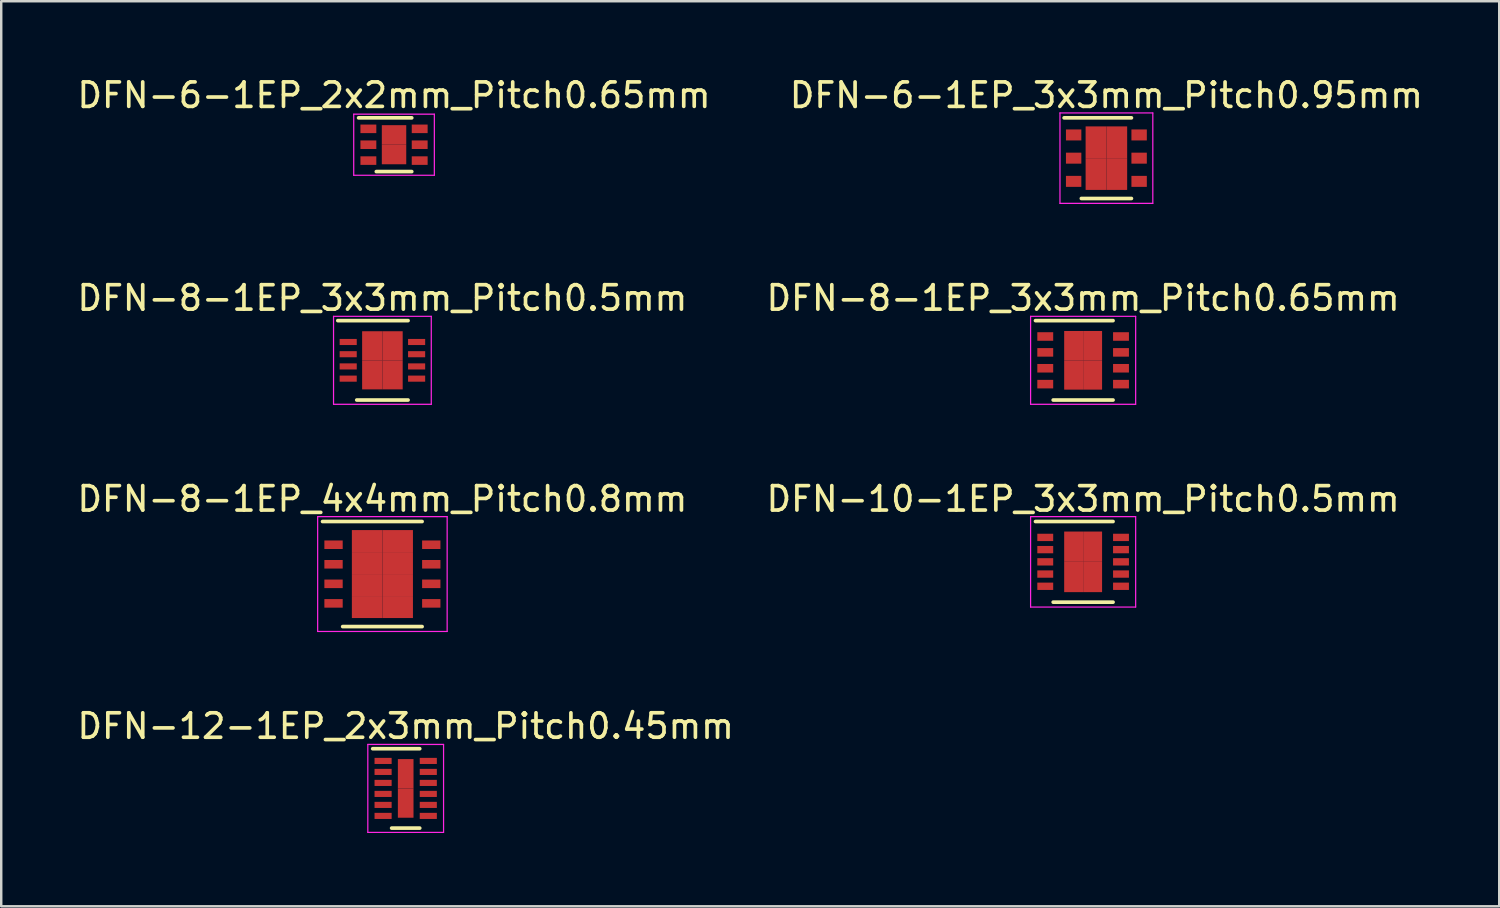
<source format=kicad_pcb>
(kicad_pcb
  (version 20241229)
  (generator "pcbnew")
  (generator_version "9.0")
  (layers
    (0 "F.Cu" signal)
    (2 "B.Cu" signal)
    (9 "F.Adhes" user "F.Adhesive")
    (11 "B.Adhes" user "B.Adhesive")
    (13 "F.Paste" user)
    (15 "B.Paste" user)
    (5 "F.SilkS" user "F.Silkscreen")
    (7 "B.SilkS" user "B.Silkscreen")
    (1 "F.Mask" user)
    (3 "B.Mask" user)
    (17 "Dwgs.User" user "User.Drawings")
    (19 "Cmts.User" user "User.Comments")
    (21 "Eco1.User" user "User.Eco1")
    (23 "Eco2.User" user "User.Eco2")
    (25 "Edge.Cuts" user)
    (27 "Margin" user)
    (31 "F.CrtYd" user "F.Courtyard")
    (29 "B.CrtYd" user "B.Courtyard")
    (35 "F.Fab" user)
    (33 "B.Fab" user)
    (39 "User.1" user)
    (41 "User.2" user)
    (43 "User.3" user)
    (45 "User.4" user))
  (footprint "DFN-8-1EP_4x4mm_Pitch0.8mm"
    (layer "F.Cu")
    (at 12.601 20.445)
    (property "Reference" "DFN-8-1EP_4x4mm_Pitch0.8mm" (at 0 -3.075 0) (layer "F.SilkS") (effects (font (size 1 1) (thickness 0.15))))
    (attr smd)
    (fp_line (start -2.45 -2.15) (end 1.625 -2.15) (stroke (width 0.15) (type solid)) (layer "F.SilkS"))
    (fp_line (start -1.625 2.15) (end 1.625 2.15) (stroke (width 0.15) (type solid)) (layer "F.SilkS"))
    (fp_line (start -2.65 -2.35) (end -2.65 2.35) (stroke (width 0.05) (type solid)) (layer "F.CrtYd"))
    (fp_line (start -2.65 -2.35) (end 2.65 -2.35) (stroke (width 0.05) (type solid)) (layer "F.CrtYd"))
    (fp_line (start -2.65 2.35) (end 2.65 2.35) (stroke (width 0.05) (type solid)) (layer "F.CrtYd"))
    (fp_line (start 2.65 -2.35) (end 2.65 2.35) (stroke (width 0.05) (type solid)) (layer "F.CrtYd"))
    (pad "1" smd rect (at -2 -1.2) (size 0.75 0.35) (layers "F.Cu" "F.Mask" "F.Paste"))
    (pad "2" smd rect (at -2 -0.4) (size 0.75 0.35) (layers "F.Cu" "F.Mask" "F.Paste"))
    (pad "3" smd rect (at -2 0.4) (size 0.75 0.35) (layers "F.Cu" "F.Mask" "F.Paste"))
    (pad "4" smd rect (at -2 1.2) (size 0.75 0.35) (layers "F.Cu" "F.Mask" "F.Paste"))
    (pad "5" smd rect (at 2 1.2) (size 0.75 0.35) (layers "F.Cu" "F.Mask" "F.Paste"))
    (pad "6" smd rect (at 2 0.4) (size 0.75 0.35) (layers "F.Cu" "F.Mask" "F.Paste"))
    (pad "7" smd rect (at 2 -0.4) (size 0.75 0.35) (layers "F.Cu" "F.Mask" "F.Paste"))
    (pad "8" smd rect (at 2 -1.2) (size 0.75 0.35) (layers "F.Cu" "F.Mask" "F.Paste"))
    (pad "9" smd rect (at -0.625 -1.35) (size 1.25 0.9) (layers "F.Cu" "F.Mask" "F.Paste"))
    (pad "9" smd rect (at -0.625 -0.45) (size 1.25 0.9) (layers "F.Cu" "F.Mask" "F.Paste"))
    (pad "9" smd rect (at -0.625 0.45) (size 1.25 0.9) (layers "F.Cu" "F.Mask" "F.Paste"))
    (pad "9" smd rect (at -0.625 1.35) (size 1.25 0.9) (layers "F.Cu" "F.Mask" "F.Paste"))
    (pad "9" smd rect (at 0.625 -1.35) (size 1.25 0.9) (layers "F.Cu" "F.Mask" "F.Paste"))
    (pad "9" smd rect (at 0.625 -0.45) (size 1.25 0.9) (layers "F.Cu" "F.Mask" "F.Paste"))
    (pad "9" smd rect (at 0.625 0.45) (size 1.25 0.9) (layers "F.Cu" "F.Mask" "F.Paste"))
    (pad "9" smd rect (at 0.625 1.35) (size 1.25 0.9) (layers "F.Cu" "F.Mask" "F.Paste")))
  (footprint "DFN-12-1EP_2x3mm_Pitch0.45mm"
    (layer "F.Cu")
    (at 13.554 29.218)
    (property "Reference" "DFN-12-1EP_2x3mm_Pitch0.45mm" (at 0 -2.55 0) (layer "F.SilkS") (effects (font (size 1 1) (thickness 0.15))))
    (attr smd)
    (fp_line (start -1.35 -1.625) (end 0.575 -1.625) (stroke (width 0.15) (type solid)) (layer "F.SilkS"))
    (fp_line (start -0.575 1.625) (end 0.575 1.625) (stroke (width 0.15) (type solid)) (layer "F.SilkS"))
    (fp_line (start -1.55 -1.8) (end -1.55 1.8) (stroke (width 0.05) (type solid)) (layer "F.CrtYd"))
    (fp_line (start -1.55 -1.8) (end 1.55 -1.8) (stroke (width 0.05) (type solid)) (layer "F.CrtYd"))
    (fp_line (start -1.55 1.8) (end 1.55 1.8) (stroke (width 0.05) (type solid)) (layer "F.CrtYd"))
    (fp_line (start 1.55 -1.8) (end 1.55 1.8) (stroke (width 0.05) (type solid)) (layer "F.CrtYd"))
    (pad "1" smd rect (at -0.925 -1.125) (size 0.7 0.25) (layers "F.Cu" "F.Mask" "F.Paste"))
    (pad "2" smd rect (at -0.925 -0.675) (size 0.7 0.25) (layers "F.Cu" "F.Mask" "F.Paste"))
    (pad "3" smd rect (at -0.925 -0.225) (size 0.7 0.25) (layers "F.Cu" "F.Mask" "F.Paste"))
    (pad "4" smd rect (at -0.925 0.225) (size 0.7 0.25) (layers "F.Cu" "F.Mask" "F.Paste"))
    (pad "5" smd rect (at -0.925 0.675) (size 0.7 0.25) (layers "F.Cu" "F.Mask" "F.Paste"))
    (pad "6" smd rect (at -0.925 1.125) (size 0.7 0.25) (layers "F.Cu" "F.Mask" "F.Paste"))
    (pad "7" smd rect (at 0.925 1.125) (size 0.7 0.25) (layers "F.Cu" "F.Mask" "F.Paste"))
    (pad "8" smd rect (at 0.925 0.675) (size 0.7 0.25) (layers "F.Cu" "F.Mask" "F.Paste"))
    (pad "9" smd rect (at 0.925 0.225) (size 0.7 0.25) (layers "F.Cu" "F.Mask" "F.Paste"))
    (pad "10" smd rect (at 0.925 -0.225) (size 0.7 0.25) (layers "F.Cu" "F.Mask" "F.Paste"))
    (pad "11" smd rect (at 0.925 -0.675) (size 0.7 0.25) (layers "F.Cu" "F.Mask" "F.Paste"))
    (pad "12" smd rect (at 0.925 -1.125) (size 0.7 0.25) (layers "F.Cu" "F.Mask" "F.Paste"))
    (pad "13" smd rect (at 0 -0.6) (size 0.64 1.2) (layers "F.Cu" "F.Mask" "F.Paste"))
    (pad "13" smd rect (at 0 0.6) (size 0.64 1.2) (layers "F.Cu" "F.Mask" "F.Paste")))
  (footprint "DFN-8-1EP_3x3mm_Pitch0.5mm"
    (layer "F.Cu")
    (at 12.601 11.697)
    (property "Reference" "DFN-8-1EP_3x3mm_Pitch0.5mm" (at 0 -2.55 0) (layer "F.SilkS") (effects (font (size 1 1) (thickness 0.15))))
    (attr smd)
    (fp_line (start -1.825 -1.625) (end 1.05 -1.625) (stroke (width 0.15) (type solid)) (layer "F.SilkS"))
    (fp_line (start -1.05 1.625) (end 1.05 1.625) (stroke (width 0.15) (type solid)) (layer "F.SilkS"))
    (fp_line (start -2 -1.8) (end -2 1.8) (stroke (width 0.05) (type solid)) (layer "F.CrtYd"))
    (fp_line (start -2 -1.8) (end 2 -1.8) (stroke (width 0.05) (type solid)) (layer "F.CrtYd"))
    (fp_line (start -2 1.8) (end 2 1.8) (stroke (width 0.05) (type solid)) (layer "F.CrtYd"))
    (fp_line (start 2 -1.8) (end 2 1.8) (stroke (width 0.05) (type solid)) (layer "F.CrtYd"))
    (pad "1" smd rect (at -1.4 -0.75) (size 0.7 0.25) (layers "F.Cu" "F.Mask" "F.Paste"))
    (pad "2" smd rect (at -1.4 -0.25) (size 0.7 0.25) (layers "F.Cu" "F.Mask" "F.Paste"))
    (pad "3" smd rect (at -1.4 0.25) (size 0.7 0.25) (layers "F.Cu" "F.Mask" "F.Paste"))
    (pad "4" smd rect (at -1.4 0.75) (size 0.7 0.25) (layers "F.Cu" "F.Mask" "F.Paste"))
    (pad "5" smd rect (at 1.4 0.75) (size 0.7 0.25) (layers "F.Cu" "F.Mask" "F.Paste"))
    (pad "6" smd rect (at 1.4 0.25) (size 0.7 0.25) (layers "F.Cu" "F.Mask" "F.Paste"))
    (pad "7" smd rect (at 1.4 -0.25) (size 0.7 0.25) (layers "F.Cu" "F.Mask" "F.Paste"))
    (pad "8" smd rect (at 1.4 -0.75) (size 0.7 0.25) (layers "F.Cu" "F.Mask" "F.Paste"))
    (pad "9" smd rect (at -0.415 -0.595) (size 0.83 1.19) (layers "F.Cu" "F.Mask" "F.Paste"))
    (pad "9" smd rect (at -0.415 0.595) (size 0.83 1.19) (layers "F.Cu" "F.Mask" "F.Paste"))
    (pad "9" smd rect (at 0.415 -0.595) (size 0.83 1.19) (layers "F.Cu" "F.Mask" "F.Paste"))
    (pad "9" smd rect (at 0.415 0.595) (size 0.83 1.19) (layers "F.Cu" "F.Mask" "F.Paste")))
  (footprint "DFN-10-1EP_3x3mm_Pitch0.5mm"
    (layer "F.Cu")
    (at 41.28 19.945)
    (property "Reference" "DFN-10-1EP_3x3mm_Pitch0.5mm" (at 0 -2.575 0) (layer "F.SilkS") (effects (font (size 1 1) (thickness 0.15))))
    (attr smd)
    (fp_line (start -1.95 -1.65) (end 1.225 -1.65) (stroke (width 0.15) (type solid)) (layer "F.SilkS"))
    (fp_line (start -1.225 1.65) (end 1.225 1.65) (stroke (width 0.15) (type solid)) (layer "F.SilkS"))
    (fp_line (start -2.15 -1.85) (end -2.15 1.85) (stroke (width 0.05) (type solid)) (layer "F.CrtYd"))
    (fp_line (start -2.15 -1.85) (end 2.15 -1.85) (stroke (width 0.05) (type solid)) (layer "F.CrtYd"))
    (fp_line (start -2.15 1.85) (end 2.15 1.85) (stroke (width 0.05) (type solid)) (layer "F.CrtYd"))
    (fp_line (start 2.15 -1.85) (end 2.15 1.85) (stroke (width 0.05) (type solid)) (layer "F.CrtYd"))
    (pad "1" smd rect (at -1.55 -1) (size 0.65 0.3) (layers "F.Cu" "F.Mask" "F.Paste"))
    (pad "2" smd rect (at -1.55 -0.5) (size 0.65 0.3) (layers "F.Cu" "F.Mask" "F.Paste"))
    (pad "3" smd rect (at -1.55 0) (size 0.65 0.3) (layers "F.Cu" "F.Mask" "F.Paste"))
    (pad "4" smd rect (at -1.55 0.5) (size 0.65 0.3) (layers "F.Cu" "F.Mask" "F.Paste"))
    (pad "5" smd rect (at -1.55 1) (size 0.65 0.3) (layers "F.Cu" "F.Mask" "F.Paste"))
    (pad "6" smd rect (at 1.55 1) (size 0.65 0.3) (layers "F.Cu" "F.Mask" "F.Paste"))
    (pad "7" smd rect (at 1.55 0.5) (size 0.65 0.3) (layers "F.Cu" "F.Mask" "F.Paste"))
    (pad "8" smd rect (at 1.55 0) (size 0.65 0.3) (layers "F.Cu" "F.Mask" "F.Paste"))
    (pad "9" smd rect (at 1.55 -0.5) (size 0.65 0.3) (layers "F.Cu" "F.Mask" "F.Paste"))
    (pad "10" smd rect (at 1.55 -1) (size 0.65 0.3) (layers "F.Cu" "F.Mask" "F.Paste"))
    (pad "11" smd rect (at -0.388 -0.62) (size 0.775 1.24) (layers "F.Cu" "F.Mask" "F.Paste"))
    (pad "11" smd rect (at -0.388 0.62) (size 0.775 1.24) (layers "F.Cu" "F.Mask" "F.Paste"))
    (pad "11" smd rect (at 0.388 -0.62) (size 0.775 1.24) (layers "F.Cu" "F.Mask" "F.Paste"))
    (pad "11" smd rect (at 0.388 0.62) (size 0.775 1.24) (layers "F.Cu" "F.Mask" "F.Paste")))
  (footprint "DFN-6-1EP_2x2mm_Pitch0.65mm"
    (layer "F.Cu")
    (at 13.077 2.873)
    (property "Reference" "DFN-6-1EP_2x2mm_Pitch0.65mm" (at 0 -2.025 0) (layer "F.SilkS") (effects (font (size 1 1) (thickness 0.15))))
    (attr smd)
    (fp_line (start -1.45 -1.1) (end 0.725 -1.1) (stroke (width 0.15) (type solid)) (layer "F.SilkS"))
    (fp_line (start -0.725 1.1) (end 0.725 1.1) (stroke (width 0.15) (type solid)) (layer "F.SilkS"))
    (fp_line (start -1.65 -1.25) (end -1.65 1.25) (stroke (width 0.05) (type solid)) (layer "F.CrtYd"))
    (fp_line (start -1.65 -1.25) (end 1.65 -1.25) (stroke (width 0.05) (type solid)) (layer "F.CrtYd"))
    (fp_line (start -1.65 1.25) (end 1.65 1.25) (stroke (width 0.05) (type solid)) (layer "F.CrtYd"))
    (fp_line (start 1.65 -1.25) (end 1.65 1.25) (stroke (width 0.05) (type solid)) (layer "F.CrtYd"))
    (pad "1" smd rect (at -1.05 -0.65) (size 0.65 0.35) (layers "F.Cu" "F.Mask" "F.Paste"))
    (pad "2" smd rect (at -1.05 0) (size 0.65 0.35) (layers "F.Cu" "F.Mask" "F.Paste"))
    (pad "3" smd rect (at -1.05 0.65) (size 0.65 0.35) (layers "F.Cu" "F.Mask" "F.Paste"))
    (pad "4" smd rect (at 1.05 0.65) (size 0.65 0.35) (layers "F.Cu" "F.Mask" "F.Paste"))
    (pad "5" smd rect (at 1.05 0) (size 0.65 0.35) (layers "F.Cu" "F.Mask" "F.Paste"))
    (pad "6" smd rect (at 1.05 -0.65) (size 0.65 0.35) (layers "F.Cu" "F.Mask" "F.Paste"))
    (pad "7" smd rect (at 0 -0.4) (size 1 0.8) (layers "F.Cu" "F.Mask" "F.Paste"))
    (pad "7" smd rect (at 0 0.4) (size 1 0.8) (layers "F.Cu" "F.Mask" "F.Paste")))
  (footprint "DFN-6-1EP_3x3mm_Pitch0.95mm"
    (layer "F.Cu")
    (at 42.232 3.423)
    (property "Reference" "DFN-6-1EP_3x3mm_Pitch0.95mm" (at 0 -2.575 0) (layer "F.SilkS") (effects (font (size 1 1) (thickness 0.15))))
    (attr smd)
    (fp_line (start -1.73 -1.65) (end 1.025 -1.65) (stroke (width 0.15) (type solid)) (layer "F.SilkS"))
    (fp_line (start -1.025 1.65) (end 1.025 1.65) (stroke (width 0.15) (type solid)) (layer "F.SilkS"))
    (fp_line (start -1.9 -1.85) (end -1.9 1.85) (stroke (width 0.05) (type solid)) (layer "F.CrtYd"))
    (fp_line (start -1.9 -1.85) (end 1.9 -1.85) (stroke (width 0.05) (type solid)) (layer "F.CrtYd"))
    (fp_line (start -1.9 1.85) (end 1.9 1.85) (stroke (width 0.05) (type solid)) (layer "F.CrtYd"))
    (fp_line (start 1.9 -1.85) (end 1.9 1.85) (stroke (width 0.05) (type solid)) (layer "F.CrtYd"))
    (pad "1" smd rect (at -1.34 -0.95) (size 0.63 0.45) (layers "F.Cu" "F.Mask" "F.Paste"))
    (pad "2" smd rect (at -1.34 0) (size 0.63 0.45) (layers "F.Cu" "F.Mask" "F.Paste"))
    (pad "3" smd rect (at -1.34 0.95) (size 0.63 0.45) (layers "F.Cu" "F.Mask" "F.Paste"))
    (pad "4" smd rect (at 1.34 0.95) (size 0.63 0.45) (layers "F.Cu" "F.Mask" "F.Paste"))
    (pad "5" smd rect (at 1.34 0) (size 0.63 0.45) (layers "F.Cu" "F.Mask" "F.Paste"))
    (pad "6" smd rect (at 1.34 -0.95) (size 0.63 0.45) (layers "F.Cu" "F.Mask" "F.Paste"))
    (pad "7" smd rect (at -0.425 -0.65) (size 0.85 1.3) (layers "F.Cu" "F.Mask" "F.Paste"))
    (pad "7" smd rect (at -0.425 0.65) (size 0.85 1.3) (layers "F.Cu" "F.Mask" "F.Paste"))
    (pad "7" smd rect (at 0.425 -0.65) (size 0.85 1.3) (layers "F.Cu" "F.Mask" "F.Paste"))
    (pad "7" smd rect (at 0.425 0.65) (size 0.85 1.3) (layers "F.Cu" "F.Mask" "F.Paste")))
  (footprint "DFN-8-1EP_3x3mm_Pitch0.65mm"
    (layer "F.Cu")
    (at 41.28 11.697)
    (property "Reference" "DFN-8-1EP_3x3mm_Pitch0.65mm" (at 0 -2.55 0) (layer "F.SilkS") (effects (font (size 1 1) (thickness 0.15))))
    (attr smd)
    (fp_line (start -1.95 -1.625) (end 1.225 -1.625) (stroke (width 0.15) (type solid)) (layer "F.SilkS"))
    (fp_line (start -1.225 1.625) (end 1.225 1.625) (stroke (width 0.15) (type solid)) (layer "F.SilkS"))
    (fp_line (start -2.15 -1.8) (end -2.15 1.8) (stroke (width 0.05) (type solid)) (layer "F.CrtYd"))
    (fp_line (start -2.15 -1.8) (end 2.15 -1.8) (stroke (width 0.05) (type solid)) (layer "F.CrtYd"))
    (fp_line (start -2.15 1.8) (end 2.15 1.8) (stroke (width 0.05) (type solid)) (layer "F.CrtYd"))
    (fp_line (start 2.15 -1.8) (end 2.15 1.8) (stroke (width 0.05) (type solid)) (layer "F.CrtYd"))
    (pad "1" smd rect (at -1.55 -0.975) (size 0.65 0.35) (layers "F.Cu" "F.Mask" "F.Paste"))
    (pad "2" smd rect (at -1.55 -0.325) (size 0.65 0.35) (layers "F.Cu" "F.Mask" "F.Paste"))
    (pad "3" smd rect (at -1.55 0.325) (size 0.65 0.35) (layers "F.Cu" "F.Mask" "F.Paste"))
    (pad "4" smd rect (at -1.55 0.975) (size 0.65 0.35) (layers "F.Cu" "F.Mask" "F.Paste"))
    (pad "5" smd rect (at 1.55 0.975) (size 0.65 0.35) (layers "F.Cu" "F.Mask" "F.Paste"))
    (pad "6" smd rect (at 1.55 0.325) (size 0.65 0.35) (layers "F.Cu" "F.Mask" "F.Paste"))
    (pad "7" smd rect (at 1.55 -0.325) (size 0.65 0.35) (layers "F.Cu" "F.Mask" "F.Paste"))
    (pad "8" smd rect (at 1.55 -0.975) (size 0.65 0.35) (layers "F.Cu" "F.Mask" "F.Paste"))
    (pad "9" smd rect (at -0.388 -0.6) (size 0.775 1.2) (layers "F.Cu" "F.Mask" "F.Paste"))
    (pad "9" smd rect (at -0.388 0.6) (size 0.775 1.2) (layers "F.Cu" "F.Mask" "F.Paste"))
    (pad "9" smd rect (at 0.388 -0.6) (size 0.775 1.2) (layers "F.Cu" "F.Mask" "F.Paste"))
    (pad "9" smd rect (at 0.388 0.6) (size 0.775 1.2) (layers "F.Cu" "F.Mask" "F.Paste")))
  (gr_rect
    (start -3 -3)
    (end 58.31 34.043)
    (stroke (width 0.1) (type default))
    (fill no)
    (layer "Edge.Cuts")))
</source>
